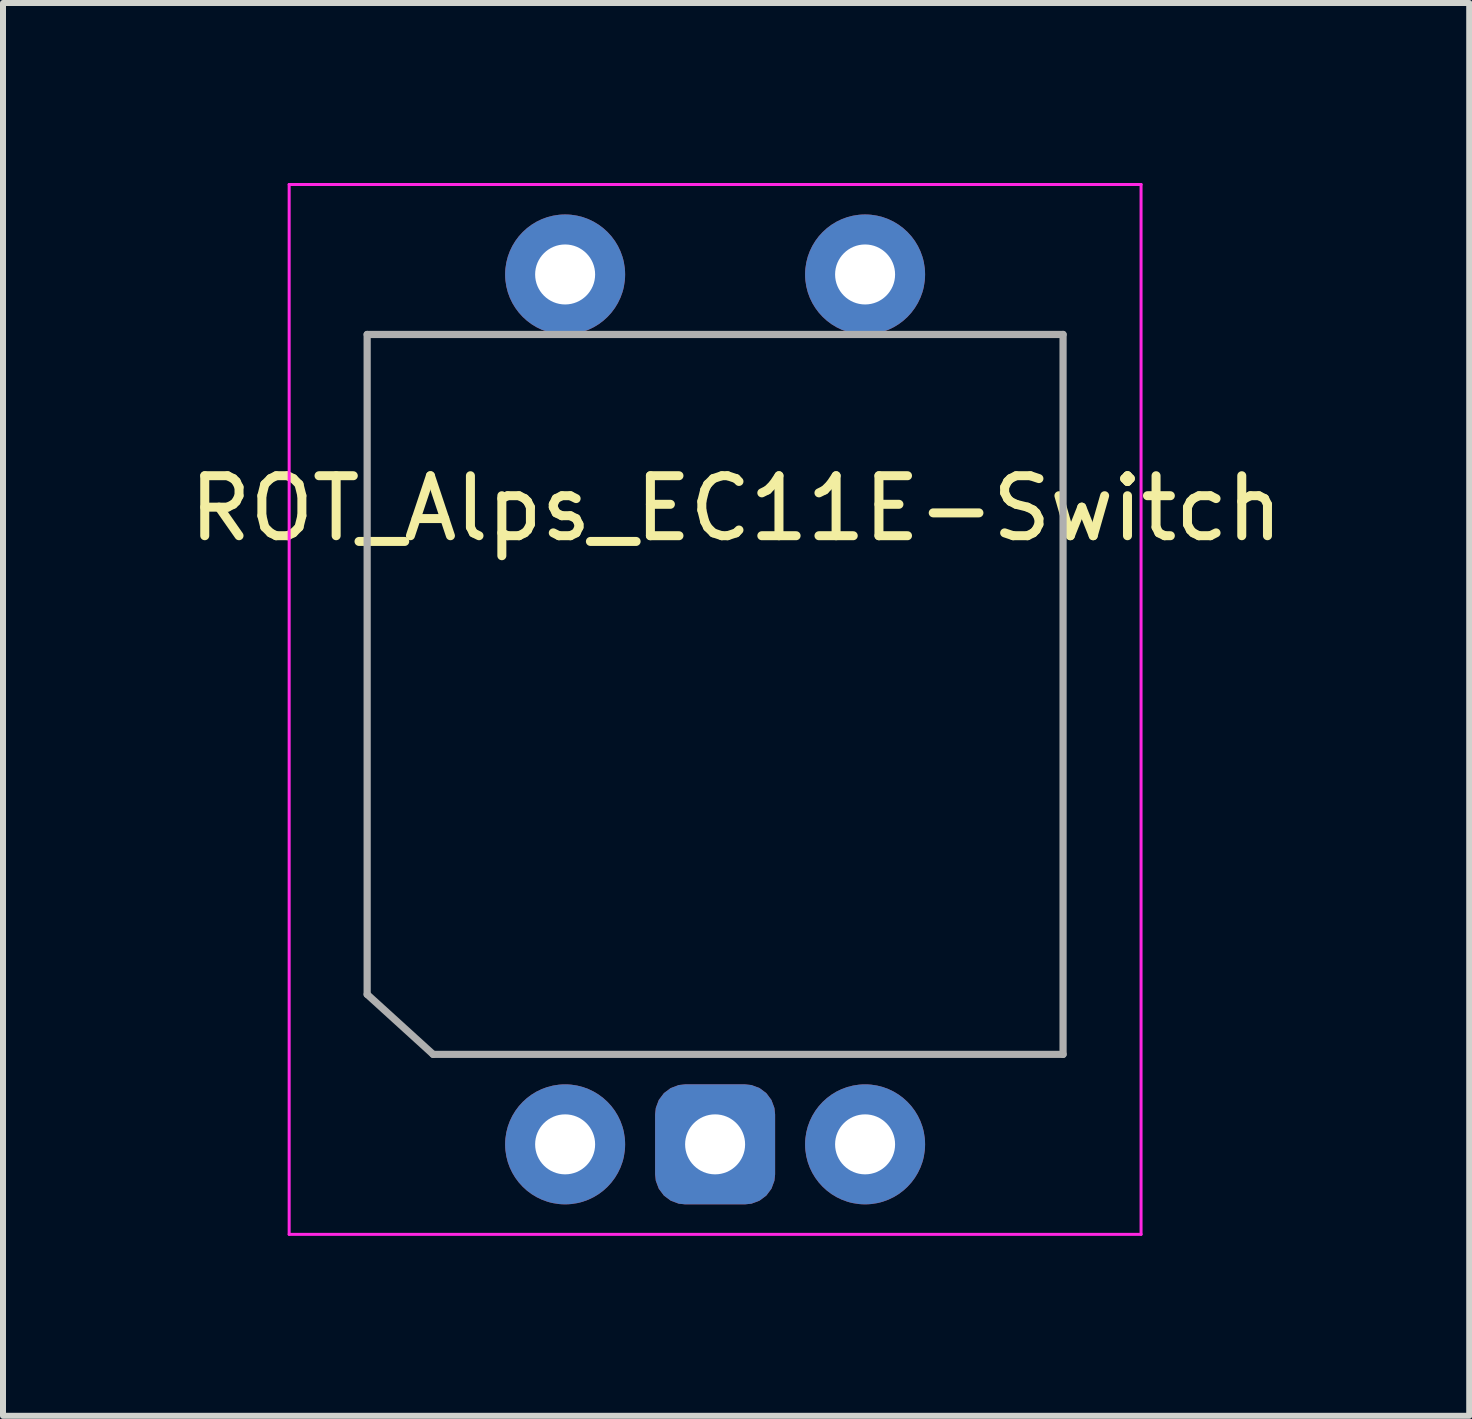
<source format=kicad_pcb>
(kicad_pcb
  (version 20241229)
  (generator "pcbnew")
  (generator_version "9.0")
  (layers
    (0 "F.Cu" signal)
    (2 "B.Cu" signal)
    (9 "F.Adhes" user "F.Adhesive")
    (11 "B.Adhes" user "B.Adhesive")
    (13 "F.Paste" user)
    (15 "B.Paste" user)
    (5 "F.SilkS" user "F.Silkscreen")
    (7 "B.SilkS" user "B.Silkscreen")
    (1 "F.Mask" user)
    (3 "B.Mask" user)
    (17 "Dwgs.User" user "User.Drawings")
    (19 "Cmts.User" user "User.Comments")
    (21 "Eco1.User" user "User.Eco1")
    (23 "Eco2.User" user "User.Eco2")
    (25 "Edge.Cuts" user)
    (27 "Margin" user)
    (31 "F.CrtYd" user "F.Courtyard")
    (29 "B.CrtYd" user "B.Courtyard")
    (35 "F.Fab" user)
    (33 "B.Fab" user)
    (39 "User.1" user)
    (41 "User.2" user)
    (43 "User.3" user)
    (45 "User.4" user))
  (footprint "ROT_Alps_EC11E-Switch"
    (layer "F.Cu")
    (at 8.87 8.525)
    (property "Reference" "ROT_Alps_EC11E-Switch" (at 0.35 -3.1 180) (layer "F.SilkS") (effects (font (size 1 1) (thickness 0.15))))
    (attr through_hole)
    (fp_line (start -7.1 9) (end -7.1 -8.5) (stroke (width 0.05) (type solid)) (layer "F.CrtYd"))
    (fp_line (start -7.1 9) (end 7.1 9) (stroke (width 0.05) (type solid)) (layer "F.CrtYd"))
    (fp_line (start 7.1 -8.5) (end -7.1 -8.5) (stroke (width 0.05) (type solid)) (layer "F.CrtYd"))
    (fp_line (start 7.1 -8.5) (end 7.1 9) (stroke (width 0.05) (type solid)) (layer "F.CrtYd"))
    (fp_line (start -5.8 -6) (end 5.8 -6) (stroke (width 0.12) (type solid)) (layer "F.Fab"))
    (fp_line (start -5.8 5) (end -5.8 -6) (stroke (width 0.12) (type solid)) (layer "F.Fab"))
    (fp_line (start -4.7 6) (end -5.8 5) (stroke (width 0.12) (type solid)) (layer "F.Fab"))
    (fp_line (start 5.8 -6) (end 5.8 6) (stroke (width 0.12) (type solid)) (layer "F.Fab"))
    (fp_line (start 5.8 6) (end -4.7 6) (stroke (width 0.12) (type solid)) (layer "F.Fab"))
    (pad "A" thru_hole circle (at -2.5 7.5 90) (size 2 2) (drill 1) (layers "*.Cu" "B.Mask"))
    (pad "B" thru_hole circle (at 2.5 7.5 90) (size 2 2) (drill 1) (layers "*.Cu" "B.Mask"))
    (pad "C" thru_hole roundrect (at 0 7.5 90) (size 2 2) (drill 1) (layers "*.Cu" "B.Mask") (roundrect_rratio 0.25))
    (pad "S1" thru_hole circle (at 2.5 -7 90) (size 2 2) (drill 1) (layers "*.Cu" "B.Mask"))
    (pad "S2" thru_hole circle (at -2.5 -7 90) (size 2 2) (drill 1) (layers "*.Cu" "B.Mask")))
  (gr_rect
    (start -3 -3)
    (end 21.44 20.55)
    (stroke (width 0.1) (type default))
    (fill no)
    (layer "Edge.Cuts")))
</source>
